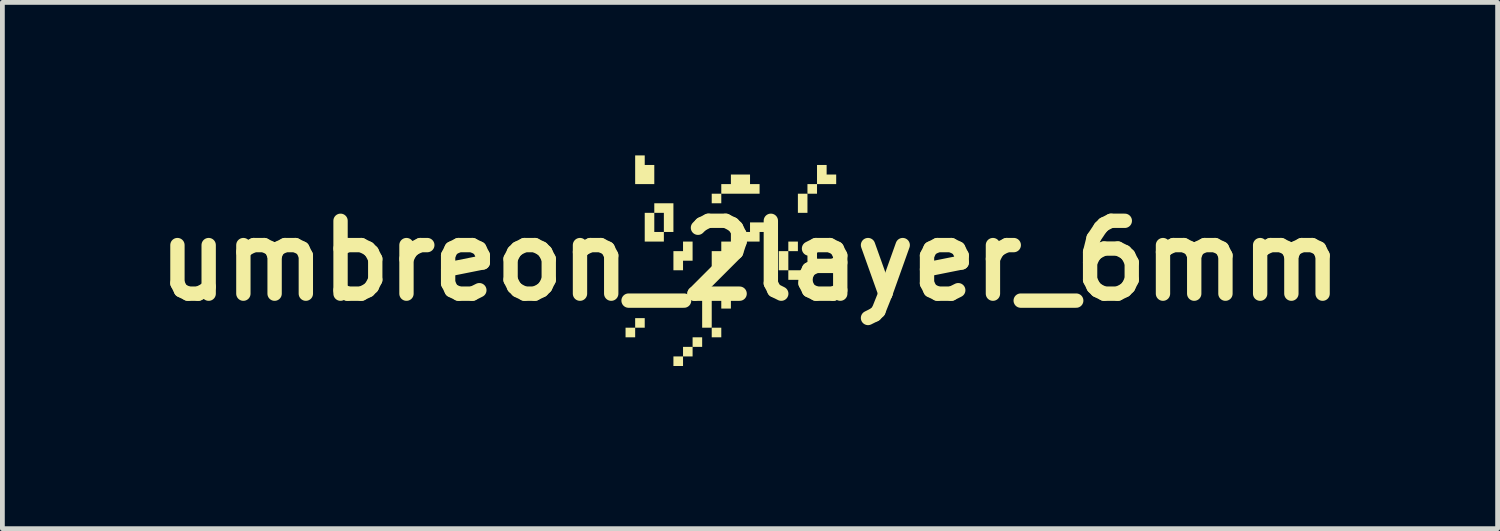
<source format=kicad_pcb>
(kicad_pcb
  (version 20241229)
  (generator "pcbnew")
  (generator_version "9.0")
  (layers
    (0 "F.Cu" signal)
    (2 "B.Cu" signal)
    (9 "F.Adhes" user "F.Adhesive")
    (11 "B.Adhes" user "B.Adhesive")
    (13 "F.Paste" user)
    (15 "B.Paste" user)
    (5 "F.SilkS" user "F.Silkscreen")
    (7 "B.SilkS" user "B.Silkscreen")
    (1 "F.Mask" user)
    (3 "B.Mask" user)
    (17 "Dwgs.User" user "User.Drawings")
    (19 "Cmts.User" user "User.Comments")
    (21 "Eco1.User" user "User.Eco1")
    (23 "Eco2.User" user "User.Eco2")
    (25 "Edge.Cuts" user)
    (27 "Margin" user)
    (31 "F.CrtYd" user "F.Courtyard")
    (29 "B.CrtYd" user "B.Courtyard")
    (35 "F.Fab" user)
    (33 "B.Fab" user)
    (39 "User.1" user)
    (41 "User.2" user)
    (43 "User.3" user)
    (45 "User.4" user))
  (footprint "umbreon_2layer_6mm"
    (layer "F.Cu")
    (at 12.635 2.402)
    (property "Reference" "umbreon_2layer_6mm" (at 0 0 0) (layer "F.SilkS") (effects (font (size 1.524 1.524) (thickness 0.3))))
    (attr board_only exclude_from_pos_files exclude_from_bom)
    (fp_poly (pts (xy -1.802 -0.601) (xy -2.002 -0.601) (xy -2.002 -1.001) (xy -1.802 -1.001)) (stroke (width 0) (type solid)) (fill yes) (layer "F.Mask"))
    (fp_poly (pts (xy -0.4 -1.602) (xy -0.601 -1.602) (xy -0.601 -1.802) (xy -0.4 -1.802)) (stroke (width 0) (type solid)) (fill yes) (layer "F.Mask"))
    (fp_poly (pts (xy 0.601 -1.602) (xy 0.4 -1.602) (xy 0.4 -1.401) (xy 0.2 -1.401) (xy 0.2 -1.602) (xy 0 -1.602) (xy 0 -1.802) (xy -0.2 -1.802) (xy -0.2 -2.002) (xy 0.601 -2.002)) (stroke (width 0) (type solid)) (fill yes) (layer "F.Mask"))
    (fp_poly (pts (xy 0.2 -1.401) (xy 0.2 -1.201) (xy -0.2 -1.201) (xy -0.2 -1.001) (xy -0.601 -1.001) (xy -0.601 -0.801) (xy 0 -0.801) (xy 0 -1.001) (xy 0.801 -1.001) (xy 1.001 -1.001) (xy 1.201 -1.001) (xy 1.201 -1.401) (xy 1.602 -1.401) (xy 1.602 -1.602) (xy 1.802 -1.602) (xy 1.802 -1.802) (xy 1.602 -1.802) (xy 1.602 -2.002) (xy 1.401 -2.002) (xy 1.401 -1.602) (xy 1.201 -1.602) (xy 1.201 -1.401) (xy 1.001 -1.401) (xy 1.001 -1.001) (xy 0.801 -1.001) (xy 0.801 -1.401) (xy 1.001 -1.401) (xy 1.001 -1.802) (xy 1.201 -1.802) (xy 1.201 -2.002) (xy 1.401 -2.002) (xy 1.401 -2.202) (xy 1.602 -2.202) (xy 1.602 -2.402) (xy 2.002 -2.402) (xy 2.002 -1.602) (xy 1.802 -1.602) (xy 1.802 -1.201) (xy 1.602 -1.201) (xy 1.602 -1.001) (xy 1.401 -1.001) (xy 1.401 -0.601) (xy 1.602 -0.601) (xy 1.602 -0.4) (xy 1.802 -0.4) (xy 1.802 -0.2) (xy 2.002 -0.2) (xy 2.002 0) (xy 2.402 0) (xy 2.402 0.2) (xy 2.603 0.2) (xy 2.603 0.4) (xy 2.803 0.4) (xy 2.803 0.801) (xy 2.603 0.801) (xy 2.603 1.001) (xy 2.202 1.001) (xy 2.202 0.801) (xy 2.002 0.801) (xy 2.002 0.601) (xy 1.401 0.601) (xy 1.401 0.801) (xy 0.601 0.801) (xy 0.601 0.601) (xy 0.2 0.601) (xy 0.2 0.801) (xy 0 0.801) (xy 0 1.001) (xy -0.2 1.001) (xy -0.2 1.201) (xy -0.4 1.201) (xy -0.4 1.602) (xy -0.601 1.602) (xy -0.601 1.802) (xy -0.801 1.802) (xy -0.801 2.002) (xy -1.001 2.002) (xy -1.001 2.202) (xy -1.201 2.202) (xy -1.201 2.402) (xy -1.401 2.402) (xy -1.401 2.603) (xy -1.802 2.603) (xy -1.802 2.202) (xy -1.602 2.202) (xy -1.401 2.202) (xy -1.401 2.002) (xy -1.201 2.002) (xy -1.201 1.802) (xy -1.001 1.802) (xy -1.001 1.602) (xy -1.201 1.602) (xy -1.201 1.802) (xy -1.401 1.802) (xy -1.401 2.002) (xy -1.602 2.002) (xy -1.602 2.202) (xy -1.802 2.202) (xy -1.802 2.002) (xy -1.602 2.002) (xy -1.602 1.802) (xy -1.401 1.802) (xy -1.401 1.401) (xy -1.001 1.401) (xy -0.801 1.401) (xy -0.801 1.602) (xy -0.601 1.602) (xy -0.601 1.001) (xy -0.4 1.001) (xy -0.4 0.601) (xy -0.801 0.601) (xy -0.801 0.801) (xy -1.001 0.801) (xy -1.001 1.401) (xy -1.401 1.401) (xy -1.802 1.401) (xy -1.802 1.602) (xy -2.202 1.602) (xy -2.202 1.802) (xy -2.402 1.802) (xy -2.402 2.002) (xy -2.803 2.002) (xy -2.803 1.602) (xy -2.603 1.602) (xy -2.402 1.602) (xy -2.402 1.401) (xy -2.202 1.401) (xy -2.202 1.201) (xy -2.402 1.201) (xy -2.402 1.401) (xy -2.603 1.401) (xy -2.603 1.602) (xy -2.803 1.602) (xy -2.803 1.401) (xy -2.603 1.401) (xy -2.603 1.201) (xy -2.402 1.201) (xy -2.402 1.001) (xy -2.002 1.001) (xy -2.002 0.801) (xy -1.802 0.801) (xy -1.802 0.601) (xy -2.202 0.601) (xy -2.202 0.4) (xy -2.402 0.4) (xy -2.402 0.2) (xy -0.801 0.2) (xy -0.601 0.2) (xy 0.601 0.2) (xy 0.801 0.2) (xy 0.801 0.4) (xy 1.401 0.4) (xy 1.401 0.2) (xy 1.602 0.2) (xy 1.602 0) (xy 1.401 0) (xy 1.401 -0.2) (xy 1.201 -0.2) (xy 1.201 0.2) (xy 1.001 0.2) (xy 1.001 -0.4) (xy 0.801 -0.4) (xy 0.801 -0.2) (xy 0.601 -0.2) (xy 0.601 0.2) (xy -0.601 0.2) (xy -0.601 0) (xy -0.4 0) (xy -0.4 -0.2) (xy -0.2 -0.2) (xy -0.2 -0.4) (xy 0.2 -0.4) (xy 0.2 -0.601) (xy 0.4 -0.601) (xy 0.4 -0.801) (xy 0 -0.801) (xy 0 -0.601) (xy -0.4 -0.601) (xy -0.4 -0.4) (xy -0.601 -0.4) (xy -0.601 -0.2) (xy -0.801 -0.2) (xy -0.801 0.2) (xy -2.402 0.2) (xy -2.402 0) (xy -2.603 0) (xy -2.603 -0.4) (xy -2.202 -0.4) (xy -2.002 -0.4) (xy -2.002 -0.2) (xy -1.802 -0.2) (xy -1.802 -0.4) (xy -1.602 -0.4) (xy -1.602 -0.601) (xy -1.401 -0.601) (xy -1.401 -1.001) (xy -1.602 -1.001) (xy -1.602 -1.201) (xy -2.002 -1.201) (xy -2.002 -1.001) (xy -2.202 -1.001) (xy -2.202 -0.4) (xy -2.603 -0.4) (xy -2.603 -0.801) (xy -2.402 -0.801) (xy -2.402 -1.201) (xy -2.202 -1.201) (xy -2.202 -1.401) (xy -2.402 -1.401) (xy -2.402 -1.602) (xy -2.202 -1.602) (xy -2.202 -1.401) (xy -2.002 -1.401) (xy -2.002 -2.002) (xy -2.202 -2.002) (xy -2.202 -2.202) (xy -2.402 -2.202) (xy -2.402 -1.602) (xy -2.603 -1.602) (xy -2.603 -2.402) (xy -2.202 -2.402) (xy -2.202 -2.202) (xy -2.002 -2.202) (xy -2.002 -2.002) (xy -1.802 -2.002) (xy -1.802 -1.401) (xy -1.201 -1.401) (xy -1.201 -1.201) (xy -1.001 -1.201) (xy -0.801 -1.201) (xy -0.601 -1.201) (xy -0.601 -1.401) (xy -0.801 -1.401) (xy -0.801 -1.201) (xy -1.001 -1.201) (xy -1.001 -1.401) (xy -0.801 -1.401) (xy -0.801 -1.602) (xy -0.601 -1.602) (xy -0.601 -1.401)) (stroke (width 0) (type solid)) (fill yes) (layer "F.Mask"))
    (fp_poly (pts (xy -2.402 1.602) (xy -2.603 1.602) (xy -2.603 1.401) (xy -2.402 1.401)) (stroke (width 0) (type solid)) (fill yes) (layer "F.SilkS"))
    (fp_poly (pts (xy -2.202 1.401) (xy -2.402 1.401) (xy -2.402 1.201) (xy -2.202 1.201)) (stroke (width 0) (type solid)) (fill yes) (layer "F.SilkS"))
    (fp_poly (pts (xy -1.401 2.202) (xy -1.602 2.202) (xy -1.602 2.002) (xy -1.401 2.002)) (stroke (width 0) (type solid)) (fill yes) (layer "F.SilkS"))
    (fp_poly (pts (xy -1.201 2.002) (xy -1.401 2.002) (xy -1.401 1.802) (xy -1.201 1.802)) (stroke (width 0) (type solid)) (fill yes) (layer "F.SilkS"))
    (fp_poly (pts (xy -1.001 1.802) (xy -1.201 1.802) (xy -1.201 1.602) (xy -1.001 1.602)) (stroke (width 0) (type solid)) (fill yes) (layer "F.SilkS"))
    (fp_poly (pts (xy -0.801 1.401) (xy -1.001 1.401) (xy -1.001 0.801) (xy -0.801 0.801)) (stroke (width 0) (type solid)) (fill yes) (layer "F.SilkS"))
    (fp_poly (pts (xy -0.601 -1.201) (xy -0.801 -1.201) (xy -0.801 -1.401) (xy -0.601 -1.401)) (stroke (width 0) (type solid)) (fill yes) (layer "F.SilkS"))
    (fp_poly (pts (xy -0.601 1.602) (xy -0.801 1.602) (xy -0.801 1.401) (xy -0.601 1.401)) (stroke (width 0) (type solid)) (fill yes) (layer "F.SilkS"))
    (fp_poly (pts (xy 0.801 0.2) (xy 0.601 0.2) (xy 0.601 -0.2) (xy 0.801 -0.2)) (stroke (width 0) (type solid)) (fill yes) (layer "F.SilkS"))
    (fp_poly (pts (xy 1.001 -0.2) (xy 0.801 -0.2) (xy 0.801 -0.4) (xy 1.001 -0.4)) (stroke (width 0) (type solid)) (fill yes) (layer "F.SilkS"))
    (fp_poly (pts (xy 1.201 -1.001) (xy 1.001 -1.001) (xy 1.001 -1.401) (xy 1.201 -1.401)) (stroke (width 0) (type solid)) (fill yes) (layer "F.SilkS"))
    (fp_poly (pts (xy 1.201 0.4) (xy 0.801 0.4) (xy 0.801 0.2) (xy 1.201 0.2)) (stroke (width 0) (type solid)) (fill yes) (layer "F.SilkS"))
    (fp_poly (pts (xy 1.401 -1.401) (xy 1.201 -1.401) (xy 1.201 -1.602) (xy 1.401 -1.602)) (stroke (width 0) (type solid)) (fill yes) (layer "F.SilkS"))
    (fp_poly (pts (xy 1.401 0.2) (xy 1.201 0.2) (xy 1.201 -0.2) (xy 1.401 -0.2)) (stroke (width 0) (type solid)) (fill yes) (layer "F.SilkS"))
    (fp_poly (pts (xy -2.202 -2.002) (xy -2.002 -2.002) (xy -2.002 -1.602) (xy -2.402 -1.602) (xy -2.402 -2.202) (xy -2.202 -2.202)) (stroke (width 0) (type solid)) (fill yes) (layer "F.SilkS"))
    (fp_poly (pts (xy -0.801 0.601) (xy -0.4 0.601) (xy -0.4 1.001) (xy -0.601 1.001) (xy -0.601 0.801) (xy -0.801 0.801)) (stroke (width 0) (type solid)) (fill yes) (layer "F.SilkS"))
    (fp_poly (pts (xy 1.602 -1.802) (xy 1.802 -1.802) (xy 1.802 -1.602) (xy 1.401 -1.602) (xy 1.401 -2.002) (xy 1.602 -2.002)) (stroke (width 0) (type solid)) (fill yes) (layer "F.SilkS"))
    (fp_poly (pts (xy -1.201 0) (xy -1.401 0) (xy -1.401 0.2) (xy -1.602 0.2) (xy -1.602 -0.2) (xy -1.401 -0.2) (xy -1.401 -0.4) (xy -1.201 -0.4)) (stroke (width 0) (type solid)) (fill yes) (layer "F.SilkS"))
    (fp_poly (pts (xy 0 -1.602) (xy 0.2 -1.602) (xy 0.2 -1.401) (xy -0.601 -1.401) (xy -0.601 -1.602) (xy -0.4 -1.602) (xy -0.4 -1.802) (xy 0 -1.802)) (stroke (width 0) (type solid)) (fill yes) (layer "F.SilkS"))
    (fp_poly (pts (xy -1.602 -0.601) (xy -1.802 -0.601) (xy -1.802 -0.4) (xy -2.202 -0.4) (xy -2.202 -0.601) (xy -2.002 -0.601) (xy -1.802 -0.601) (xy -1.802 -1.001) (xy -2.002 -1.001) (xy -2.002 -0.601) (xy -2.202 -0.601) (xy -2.202 -1.001) (xy -2.002 -1.001) (xy -2.002 -1.201) (xy -1.602 -1.201)) (stroke (width 0) (type solid)) (fill yes) (layer "F.SilkS"))
    (fp_poly (pts (xy 0.4 -0.601) (xy 0.2 -0.601) (xy 0.2 -0.4) (xy -0.2 -0.4) (xy -0.2 -0.2) (xy -0.4 -0.2) (xy -0.4 0) (xy -0.601 0) (xy -0.601 0.2) (xy -0.801 0.2) (xy -0.801 -0.2) (xy -0.601 -0.2) (xy -0.601 -0.4) (xy -0.4 -0.4) (xy -0.4 -0.601) (xy 0 -0.601) (xy 0 -0.801) (xy 0.4 -0.801)) (stroke (width 0) (type solid)) (fill yes) (layer "F.SilkS")))
  (gr_rect
    (start -3 -3)
    (end 28.269 8.005)
    (stroke (width 0.1) (type default))
    (fill no)
    (layer "Edge.Cuts")))
</source>
